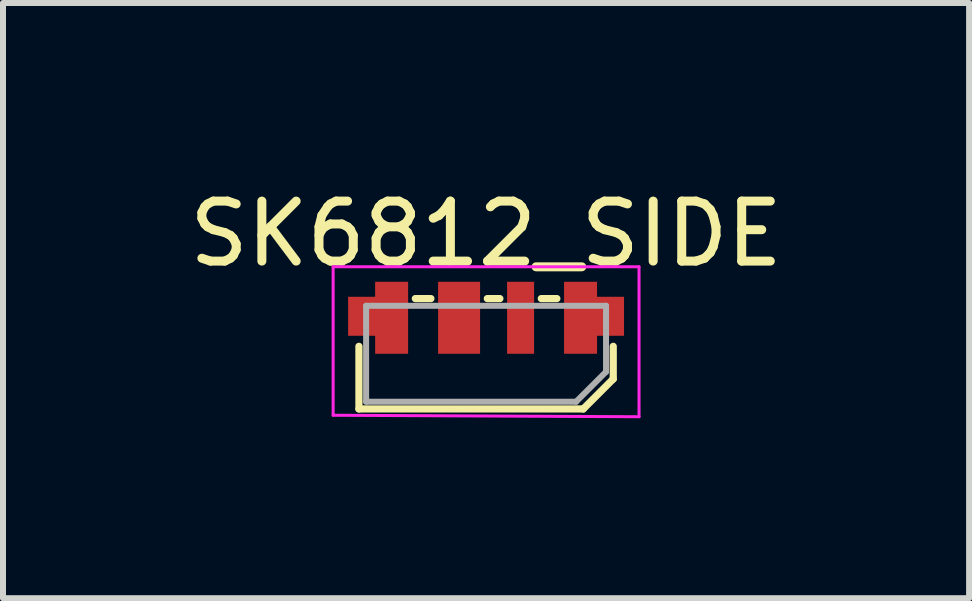
<source format=kicad_pcb>
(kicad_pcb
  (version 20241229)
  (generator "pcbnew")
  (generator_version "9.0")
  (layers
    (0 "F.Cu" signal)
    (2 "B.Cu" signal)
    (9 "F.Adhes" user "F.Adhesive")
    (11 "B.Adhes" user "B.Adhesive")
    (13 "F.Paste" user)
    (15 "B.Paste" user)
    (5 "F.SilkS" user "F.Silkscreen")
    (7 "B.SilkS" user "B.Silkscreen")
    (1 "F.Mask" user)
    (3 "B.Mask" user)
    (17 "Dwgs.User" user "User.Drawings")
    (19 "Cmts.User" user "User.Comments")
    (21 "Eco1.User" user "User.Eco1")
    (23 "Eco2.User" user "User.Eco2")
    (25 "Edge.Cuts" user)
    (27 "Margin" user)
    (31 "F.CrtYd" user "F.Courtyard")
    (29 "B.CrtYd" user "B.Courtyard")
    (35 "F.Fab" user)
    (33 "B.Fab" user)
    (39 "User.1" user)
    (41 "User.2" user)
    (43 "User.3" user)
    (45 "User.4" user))
  (footprint "SK6812_SIDE"
    (layer "F.Cu")
    (at 5.054 2.848)
    (property "Reference" "SK6812_SIDE" (at 0 -2 0) (layer "F.SilkS") (effects (font (size 1 1) (thickness 0.15))))
    (attr smd)
    (fp_line (start -2.12 -0.124) (end -2.12 0.92) (stroke (width 0.12) (type solid)) (layer "F.SilkS"))
    (fp_line (start -2.12 0.92) (end 1.62 0.92) (stroke (width 0.12) (type solid)) (layer "F.SilkS"))
    (fp_line (start -1.18 -0.92) (end -0.92 -0.92) (stroke (width 0.12) (type solid)) (layer "F.SilkS"))
    (fp_line (start 0.02 -0.92) (end 0.23 -0.92) (stroke (width 0.12) (type solid)) (layer "F.SilkS"))
    (fp_line (start 0.92 -0.92) (end 1.18 -0.92) (stroke (width 0.12) (type solid)) (layer "F.SilkS"))
    (fp_line (start 1.62 0.92) (end 2.12 0.42) (stroke (width 0.12) (type solid)) (layer "F.SilkS"))
    (fp_line (start 2.12 0.42) (end 2.12 -0.124) (stroke (width 0.12) (type solid)) (layer "F.SilkS"))
    (fp_line (start -2.55 -1.45) (end -2.55 1.025) (stroke (width 0.05) (type solid)) (layer "F.CrtYd"))
    (fp_line (start -2.55 -1.45) (end 2.55 -1.45) (stroke (width 0.05) (type solid)) (layer "F.CrtYd"))
    (fp_line (start 2.55 -1.45) (end 2.55 1.05) (stroke (width 0.05) (type solid)) (layer "F.CrtYd"))
    (fp_line (start 2.55 1.05) (end -2.55 1.025) (stroke (width 0.05) (type solid)) (layer "F.CrtYd"))
    (fp_line (start -2 -0.8) (end -2 0.8) (stroke (width 0.1) (type solid)) (layer "F.Fab"))
    (fp_line (start -2 -0.8) (end 2 -0.8) (stroke (width 0.1) (type solid)) (layer "F.Fab"))
    (fp_line (start -2 0.8) (end 1.5 0.8) (stroke (width 0.1) (type solid)) (layer "F.Fab"))
    (fp_line (start 2 0.3) (end 1.5 0.8) (stroke (width 0.1) (type solid)) (layer "F.Fab"))
    (fp_line (start 2 0.3) (end 2 -0.8) (stroke (width 0.1) (type solid)) (layer "F.Fab"))
    (pad "1" smd custom (at -1.575 -0.6) (size 0.55 1.2) (layers "F.Cu" "F.Mask" "F.Paste") (options (anchor rect)) (primitives (gr_poly (pts (xy -0.275 -0.35) (xy -0.275 0.3) (xy -0.725 0.3) (xy -0.725 -0.35)) (width 0) (fill yes))))
    (pad "2" smd rect (at -0.45 -0.6) (size 0.7 1.2) (layers "F.Cu" "F.Mask" "F.Paste"))
    (pad "3" smd rect (at 0.575 -0.6) (size 0.45 1.2) (layers "F.Cu" "F.Mask" "F.Paste"))
    (pad "4" smd custom (at 1.575 -0.6) (size 0.55 1.2) (layers "F.Cu" "F.Mask" "F.Paste") (options (anchor rect)) (primitives (gr_poly (pts (xy 0.725 -0.35) (xy 0.725 0.3) (xy 0.275 0.3) (xy 0.275 -0.35)) (width 0) (fill yes)))))
  (gr_rect
    (start -3 -3)
    (end 13.107 6.923)
    (stroke (width 0.1) (type default))
    (fill no)
    (layer "Edge.Cuts")))
</source>
